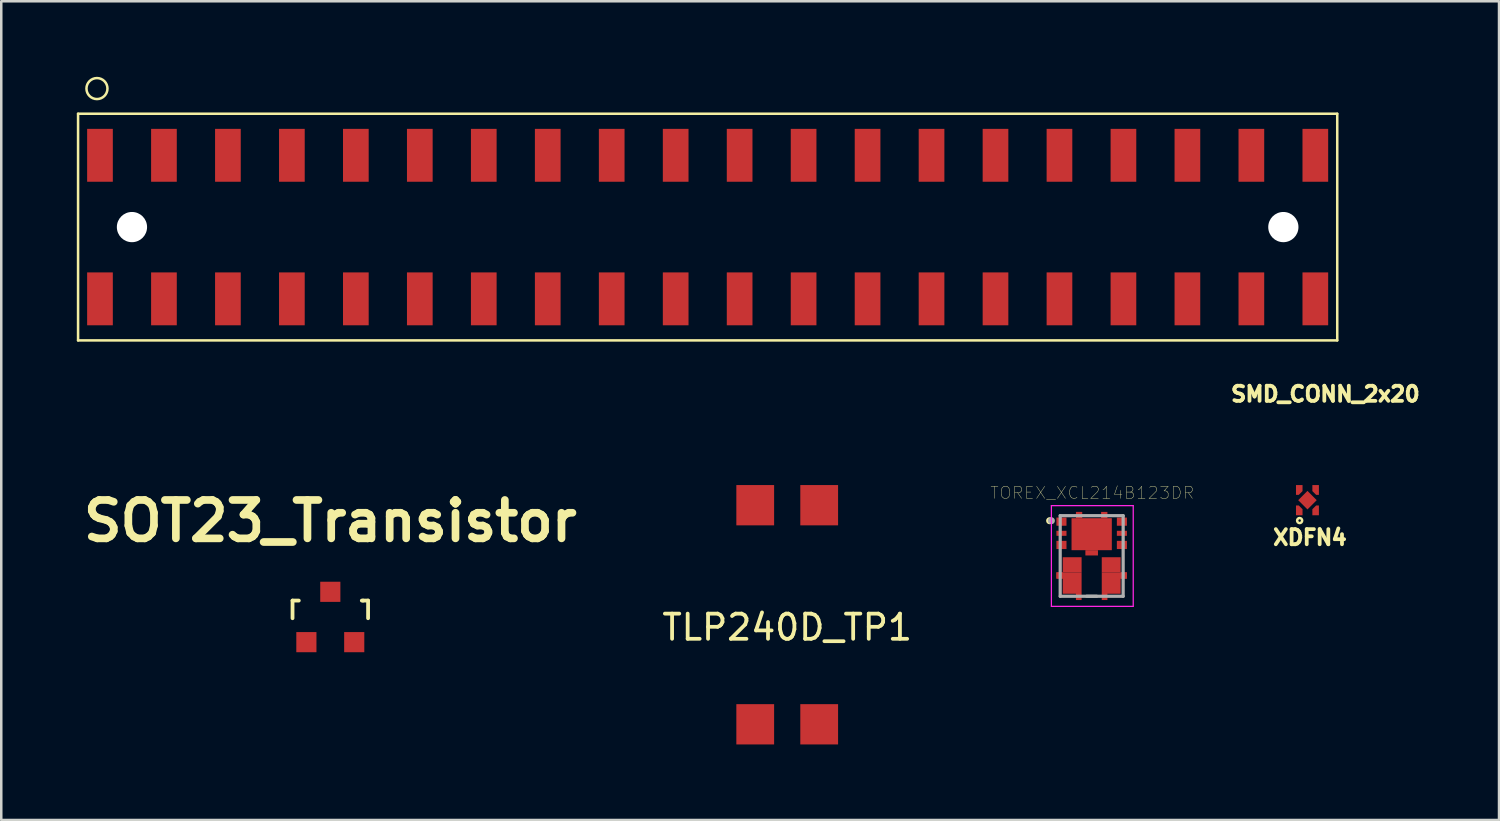
<source format=kicad_pcb>
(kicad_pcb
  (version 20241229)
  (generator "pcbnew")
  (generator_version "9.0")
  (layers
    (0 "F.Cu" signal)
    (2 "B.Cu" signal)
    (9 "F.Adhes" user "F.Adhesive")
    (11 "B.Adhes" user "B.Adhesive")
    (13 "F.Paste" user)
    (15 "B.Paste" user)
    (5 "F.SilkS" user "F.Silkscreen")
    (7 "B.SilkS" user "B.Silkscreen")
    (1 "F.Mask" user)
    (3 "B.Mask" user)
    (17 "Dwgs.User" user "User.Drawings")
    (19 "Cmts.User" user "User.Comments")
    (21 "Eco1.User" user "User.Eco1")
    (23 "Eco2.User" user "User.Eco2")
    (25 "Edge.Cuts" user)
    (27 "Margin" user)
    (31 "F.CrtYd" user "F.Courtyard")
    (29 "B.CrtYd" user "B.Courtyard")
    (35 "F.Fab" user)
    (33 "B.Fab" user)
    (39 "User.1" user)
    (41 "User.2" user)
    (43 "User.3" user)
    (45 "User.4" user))
  (footprint "XDFN4"
    (layer "F.Cu")
    (at 48.867 16.811)
    (property "Reference" "XDFN4" (at 0.1 1.48 0) (layer "F.SilkS") (effects (font (size 0.6 0.6) (thickness 0.15))))
    (attr through_hole)
    (fp_circle (center -0.31 0.81) (end -0.21 0.81) (stroke (width 0.1) (type solid)) (fill no) (layer "F.SilkS"))
    (pad "1" smd custom (at -0.325 0.405) (size 0.1 0.1) (layers "F.Cu" "F.Mask" "F.Paste") (options (anchor rect)) (primitives (gr_poly (pts (xy -0.13 0.195) (xy -0.13 -0.195) (xy -0.02 -0.195) (xy 0.13 -0.045) (xy 0.13 0.195)) (width 0) (fill yes))))
    (pad "2" smd custom (at 0.325 0.405) (size 0.1 0.1) (layers "F.Cu" "F.Mask" "F.Paste") (options (anchor rect)) (primitives (gr_poly (pts (xy -0.13 0.195) (xy 0.13 0.195) (xy 0.13 -0.195) (xy 0.02 -0.195) (xy -0.13 -0.045)) (width 0) (fill yes))))
    (pad "3" smd custom (at 0.325 -0.405 180) (size 0.1 0.1) (layers "F.Cu" "F.Mask" "F.Paste") (options (anchor rect)) (primitives (gr_poly (pts (xy -0.13 0.195) (xy -0.13 -0.195) (xy -0.02 -0.195) (xy 0.13 -0.045) (xy 0.13 0.195)) (width 0) (fill yes))))
    (pad "4" smd custom (at -0.325 -0.405 180) (size 0.1 0.1) (layers "F.Cu" "F.Mask" "F.Paste") (options (anchor rect)) (primitives (gr_poly (pts (xy -0.13 0.195) (xy 0.13 0.195) (xy 0.13 -0.195) (xy 0.02 -0.195) (xy -0.13 -0.045)) (width 0) (fill yes))))
    (pad "EPAD" smd rect (at 0 0 45) (size 0.52 0.52) (layers "F.Cu" "F.Mask" "F.Paste")))
  (footprint "SOT23_Transistor"
    (layer "F.Cu")
    (at 10.066 21.448)
    (property "Reference" "SOT23_Transistor" (at 0 -3.81 0) (layer "F.SilkS") (effects (font (size 1.524 1.524) (thickness 0.305))))
    (attr smd)
    (fp_line (start -1.5 -0.65) (end -1.251 -0.65) (stroke (width 0.15) (type solid)) (layer "F.SilkS"))
    (fp_line (start -1.5 0.051) (end -1.5 -0.65) (stroke (width 0.15) (type solid)) (layer "F.SilkS"))
    (fp_line (start 1.299 -0.65) (end 1.251 -0.65) (stroke (width 0.15) (type solid)) (layer "F.SilkS"))
    (fp_line (start 1.299 -0.65) (end 1.5 -0.65) (stroke (width 0.15) (type solid)) (layer "F.SilkS"))
    (fp_line (start 1.5 -0.65) (end 1.5 0.051) (stroke (width 0.15) (type solid)) (layer "F.SilkS"))
    (pad "1" smd rect (at -0.95 1.001) (size 0.8 0.8) (layers "F.Cu" "F.Mask" "F.Paste"))
    (pad "2" smd rect (at 0.95 1.001) (size 0.8 0.8) (layers "F.Cu" "F.Mask" "F.Paste"))
    (pad "3" smd rect (at 0 -0.998) (size 0.8 0.8) (layers "F.Cu" "F.Mask" "F.Paste")))
  (footprint "SMD_CONN_2x20"
    (layer "F.Cu")
    (at 25.05 5.967)
    (property "Reference" "SMD_CONN_2x20" (at 24.53 6.63 0) (layer "F.SilkS") (effects (font (size 0.6 0.6) (thickness 0.15))))
    (attr through_hole)
    (fp_line (start -25 -4.5) (end -25 4.5) (stroke (width 0.1) (type solid)) (layer "F.SilkS"))
    (fp_line (start -25 4.5) (end 25 4.5) (stroke (width 0.1) (type solid)) (layer "F.SilkS"))
    (fp_line (start 25 -4.5) (end -25 -4.5) (stroke (width 0.1) (type solid)) (layer "F.SilkS"))
    (fp_line (start 25 4.5) (end 25 -4.5) (stroke (width 0.1) (type solid)) (layer "F.SilkS"))
    (fp_circle (center -24.25 -5.5) (end -24.21 -5.915) (stroke (width 0.1) (type solid)) (fill no) (layer "F.SilkS"))
    (pad "" np_thru_hole circle (at -22.86 0) (size 1.2 1.2) (drill 1.2) (layers "*.Cu" "*.Mask"))
    (pad "" np_thru_hole circle (at 22.86 0) (size 1.2 1.2) (drill 1.2) (layers "*.Cu" "*.Mask"))
    (pad "1" smd rect (at -24.13 -2.85) (size 1.02 2.1) (layers "F.Cu" "F.Mask" "F.Paste"))
    (pad "2" smd rect (at -24.13 2.85) (size 1.02 2.1) (layers "F.Cu" "F.Mask" "F.Paste"))
    (pad "3" smd rect (at -21.59 -2.85) (size 1.02 2.1) (layers "F.Cu" "F.Mask" "F.Paste"))
    (pad "4" smd rect (at -21.59 2.85) (size 1.02 2.1) (layers "F.Cu" "F.Mask" "F.Paste"))
    (pad "5" smd rect (at -19.05 -2.85) (size 1.02 2.1) (layers "F.Cu" "F.Mask" "F.Paste"))
    (pad "6" smd rect (at -19.05 2.85) (size 1.02 2.1) (layers "F.Cu" "F.Mask" "F.Paste"))
    (pad "7" smd rect (at -16.51 -2.85) (size 1.02 2.1) (layers "F.Cu" "F.Mask" "F.Paste"))
    (pad "8" smd rect (at -16.51 2.85) (size 1.02 2.1) (layers "F.Cu" "F.Mask" "F.Paste"))
    (pad "9" smd rect (at -13.97 -2.85) (size 1.02 2.1) (layers "F.Cu" "F.Mask" "F.Paste"))
    (pad "10" smd rect (at -13.97 2.85) (size 1.02 2.1) (layers "F.Cu" "F.Mask" "F.Paste"))
    (pad "11" smd rect (at -11.43 -2.85) (size 1.02 2.1) (layers "F.Cu" "F.Mask" "F.Paste"))
    (pad "12" smd rect (at -11.43 2.85) (size 1.02 2.1) (layers "F.Cu" "F.Mask" "F.Paste"))
    (pad "13" smd rect (at -8.89 -2.85) (size 1.02 2.1) (layers "F.Cu" "F.Mask" "F.Paste"))
    (pad "14" smd rect (at -8.89 2.85) (size 1.02 2.1) (layers "F.Cu" "F.Mask" "F.Paste"))
    (pad "15" smd rect (at -6.35 -2.85) (size 1.02 2.1) (layers "F.Cu" "F.Mask" "F.Paste"))
    (pad "16" smd rect (at -6.35 2.85) (size 1.02 2.1) (layers "F.Cu" "F.Mask" "F.Paste"))
    (pad "17" smd rect (at -3.81 -2.85) (size 1.02 2.1) (layers "F.Cu" "F.Mask" "F.Paste"))
    (pad "18" smd rect (at -3.81 2.85) (size 1.02 2.1) (layers "F.Cu" "F.Mask" "F.Paste"))
    (pad "19" smd rect (at -1.27 -2.85) (size 1.02 2.1) (layers "F.Cu" "F.Mask" "F.Paste"))
    (pad "20" smd rect (at -1.27 2.85) (size 1.02 2.1) (layers "F.Cu" "F.Mask" "F.Paste"))
    (pad "21" smd rect (at 1.27 -2.85) (size 1.02 2.1) (layers "F.Cu" "F.Mask" "F.Paste"))
    (pad "22" smd rect (at 1.27 2.85) (size 1.02 2.1) (layers "F.Cu" "F.Mask" "F.Paste"))
    (pad "23" smd rect (at 3.81 -2.85) (size 1.02 2.1) (layers "F.Cu" "F.Mask" "F.Paste"))
    (pad "24" smd rect (at 3.81 2.85) (size 1.02 2.1) (layers "F.Cu" "F.Mask" "F.Paste"))
    (pad "25" smd rect (at 6.35 -2.85) (size 1.02 2.1) (layers "F.Cu" "F.Mask" "F.Paste"))
    (pad "26" smd rect (at 6.35 2.85) (size 1.02 2.1) (layers "F.Cu" "F.Mask" "F.Paste"))
    (pad "27" smd rect (at 8.89 -2.85) (size 1.02 2.1) (layers "F.Cu" "F.Mask" "F.Paste"))
    (pad "28" smd rect (at 8.89 2.85) (size 1.02 2.1) (layers "F.Cu" "F.Mask" "F.Paste"))
    (pad "29" smd rect (at 11.43 -2.85) (size 1.02 2.1) (layers "F.Cu" "F.Mask" "F.Paste"))
    (pad "30" smd rect (at 11.43 2.85) (size 1.02 2.1) (layers "F.Cu" "F.Mask" "F.Paste"))
    (pad "31" smd rect (at 13.97 -2.85) (size 1.02 2.1) (layers "F.Cu" "F.Mask" "F.Paste"))
    (pad "32" smd rect (at 13.97 2.85) (size 1.02 2.1) (layers "F.Cu" "F.Mask" "F.Paste"))
    (pad "33" smd rect (at 16.51 -2.85) (size 1.02 2.1) (layers "F.Cu" "F.Mask" "F.Paste"))
    (pad "34" smd rect (at 16.51 2.85) (size 1.02 2.1) (layers "F.Cu" "F.Mask" "F.Paste"))
    (pad "35" smd rect (at 19.05 -2.85) (size 1.02 2.1) (layers "F.Cu" "F.Mask" "F.Paste"))
    (pad "36" smd rect (at 19.05 2.85) (size 1.02 2.1) (layers "F.Cu" "F.Mask" "F.Paste"))
    (pad "37" smd rect (at 21.59 -2.85) (size 1.02 2.1) (layers "F.Cu" "F.Mask" "F.Paste"))
    (pad "38" smd rect (at 21.59 2.85) (size 1.02 2.1) (layers "F.Cu" "F.Mask" "F.Paste"))
    (pad "39" smd rect (at 24.13 -2.85) (size 1.02 2.1) (layers "F.Cu" "F.Mask" "F.Paste"))
    (pad "40" smd rect (at 24.13 2.85) (size 1.02 2.1) (layers "F.Cu" "F.Mask" "F.Paste")))
  (footprint "TLP240D_TP1"
    (layer "F.Cu")
    (at 28.209 21.361)
    (property "Reference" "TLP240D_TP1" (at 0 0.5 0) (layer "F.SilkS") (effects (font (size 1 1) (thickness 0.15))))
    (attr through_hole)
    (pad "1" smd rect (at 1.27 -4.35) (size 1.5 1.6) (layers "F.Cu" "F.Mask" "F.Paste"))
    (pad "2" smd rect (at -1.27 -4.35) (size 1.5 1.6) (layers "F.Cu" "F.Mask" "F.Paste"))
    (pad "3" smd rect (at -1.27 4.35) (size 1.5 1.6) (layers "F.Cu" "F.Mask" "F.Paste"))
    (pad "4" smd rect (at 1.27 4.35) (size 1.5 1.6) (layers "F.Cu" "F.Mask" "F.Paste")))
  (footprint "TOREX_XCL214B123DR"
    (layer "F.Cu")
    (at 40.299 19.027)
    (property "Reference" "TOREX_XCL214B123DR" (at 0.024 -2.508 0) (layer "F.SilkS") (effects (font (size 0.481 0.481) (thickness 0.015))))
    (attr through_hole)
    (fp_poly (pts (xy -0.4 0.65) (xy -0.4 0.05) (xy -1.15 0.05) (xy -1.15 0.65)) (stroke (width 0) (type solid)) (fill yes) (layer "F.Cu"))
    (fp_poly (pts (xy 0.25 -0.23) (xy 0.25 -0.02) (xy -0.25 -0.02) (xy -0.25 -0.23)) (stroke (width 0) (type solid)) (fill yes) (layer "F.Cu"))
    (fp_poly (pts (xy 0.4 0.65) (xy 0.4 0.05) (xy 1.15 0.05) (xy 1.15 0.65)) (stroke (width 0) (type solid)) (fill yes) (layer "F.Cu"))
    (fp_poly (pts (xy 0.8 -0.23) (xy -0.8 -0.23) (xy -0.8 -1.5) (xy 0.8 -1.5)) (stroke (width 0) (type solid)) (fill yes) (layer "F.Cu"))
    (fp_poly (pts (xy -0.4 1.75) (xy -0.4 0.65) (xy -1.4 0.65) (xy -1.4 0.9) (xy -1.15 0.9) (xy -1.15 1.5) (xy -0.625 1.5) (xy -0.625 1.75)) (stroke (width 0) (type solid)) (fill yes) (layer "F.Cu"))
    (fp_poly (pts (xy 0.4 1.75) (xy 0.4 0.65) (xy 1.4 0.65) (xy 1.4 0.9) (xy 1.15 0.9) (xy 1.15 1.5) (xy 0.625 1.5) (xy 0.625 1.75)) (stroke (width 0) (type solid)) (fill yes) (layer "F.Cu"))
    (fp_poly (pts (xy -0.3 1.85) (xy -0.725 1.85) (xy -0.725 1.6) (xy -1.25 1.6) (xy -1.25 1) (xy -1.5 1) (xy -1.5 0.55) (xy -1.25 0.55) (xy -1.25 -0.05) (xy -0.3 -0.05)) (stroke (width 0) (type solid)) (fill yes) (layer "F.Mask"))
    (fp_poly (pts (xy 1.5 1) (xy 1.25 1) (xy 1.25 1.6) (xy 0.725 1.6) (xy 0.725 1.85) (xy 0.3 1.85) (xy 0.3 -0.05) (xy 1.25 -0.05) (xy 1.25 0.55) (xy 1.5 0.55)) (stroke (width 0) (type solid)) (fill yes) (layer "F.Mask"))
    (fp_poly (pts (xy 0.35 0.075) (xy -0.35 0.075) (xy -0.35 -0.125) (xy -0.8 -0.125) (xy -0.8 -1.6) (xy -0.725 -1.6) (xy -0.725 -1.85) (xy -0.275 -1.85) (xy -0.275 -1.6) (xy 0.275 -1.6) (xy 0.275 -1.85) (xy 0.725 -1.85) (xy 0.725 -1.6) (xy 0.8 -1.6) (xy 0.8 -0.125) (xy 0.35 -0.125)) (stroke (width 0) (type solid)) (fill yes) (layer "F.Mask"))
    (fp_circle (center -1.67 -1.4) (end -1.6 -1.4) (stroke (width 0.14) (type solid)) (fill no) (layer "F.SilkS"))
    (fp_poly (pts (xy -1.353 -1.475) (xy -1.05 -1.475) (xy -1.05 -1.253) (xy -1.353 -1.253)) (stroke (width 0.01) (type solid)) (fill yes) (layer "F.Paste"))
    (fp_poly (pts (xy -1.351 -1) (xy -1.05 -1) (xy -1.05 -0.801) (xy -1.351 -0.801)) (stroke (width 0.01) (type solid)) (fill yes) (layer "F.Paste"))
    (fp_poly (pts (xy -1.351 -0.55) (xy -1.05 -0.55) (xy -1.05 -0.325) (xy -1.351 -0.325)) (stroke (width 0.01) (type solid)) (fill yes) (layer "F.Paste"))
    (fp_poly (pts (xy 1.051 -1) (xy 1.35 -1) (xy 1.35 -0.801) (xy 1.051 -0.801)) (stroke (width 0.01) (type solid)) (fill yes) (layer "F.Paste"))
    (fp_poly (pts (xy 1.052 -1.475) (xy 1.35 -1.475) (xy 1.35 -1.253) (xy 1.052 -1.253)) (stroke (width 0.01) (type solid)) (fill yes) (layer "F.Paste"))
    (fp_poly (pts (xy 1.052 -0.55) (xy 1.35 -0.55) (xy 1.35 -0.326) (xy 1.052 -0.326)) (stroke (width 0.01) (type solid)) (fill yes) (layer "F.Paste"))
    (fp_poly (pts (xy -0.425 1.7) (xy -0.425 0.675) (xy -1.35 0.675) (xy -1.35 0.875) (xy -1.05 0.875) (xy -1.05 1.4) (xy -0.6 1.4) (xy -0.6 1.7)) (stroke (width 0) (type solid)) (fill yes) (layer "F.Paste"))
    (fp_poly (pts (xy 0.425 1.7) (xy 0.425 0.675) (xy 1.35 0.675) (xy 1.35 0.875) (xy 1.05 0.875) (xy 1.05 1.4) (xy 0.6 1.4) (xy 0.6 1.7)) (stroke (width 0) (type solid)) (fill yes) (layer "F.Paste"))
    (fp_poly (pts (xy 0.7 -0.8) (xy -0.7 -0.8) (xy -0.7 -1.4) (xy -0.6 -1.4) (xy -0.6 -1.7) (xy -0.4 -1.7) (xy -0.4 -1.4) (xy 0.4 -1.4) (xy 0.4 -1.7) (xy 0.6 -1.7) (xy 0.6 -1.4) (xy 0.7 -1.4)) (stroke (width 0) (type solid)) (fill yes) (layer "F.Paste"))
    (fp_line (start -1.6 -2) (end 1.65 -2) (stroke (width 0.05) (type solid)) (layer "F.CrtYd"))
    (fp_line (start -1.6 2) (end -1.6 -2) (stroke (width 0.05) (type solid)) (layer "F.CrtYd"))
    (fp_line (start 1.65 -2) (end 1.65 2) (stroke (width 0.05) (type solid)) (layer "F.CrtYd"))
    (fp_line (start 1.65 2) (end -1.6 2) (stroke (width 0.05) (type solid)) (layer "F.CrtYd"))
    (fp_line (start -1.25 -1.6) (end -1.25 1.6) (stroke (width 0.127) (type solid)) (layer "F.Fab"))
    (fp_line (start -1.25 1.6) (end 1.25 1.6) (stroke (width 0.127) (type solid)) (layer "F.Fab"))
    (fp_line (start -0.2 1.6) (end 0.2 1.6) (stroke (width 0.127) (type solid)) (layer "F.Fab"))
    (fp_line (start 1.25 -1.6) (end -1.25 -1.6) (stroke (width 0.127) (type solid)) (layer "F.Fab"))
    (fp_line (start 1.25 1.6) (end 1.25 -1.6) (stroke (width 0.127) (type solid)) (layer "F.Fab"))
    (fp_circle (center -1.6 -1.4) (end -1.53 -1.4) (stroke (width 0.14) (type solid)) (fill no) (layer "F.Fab"))
    (pad "1" smd rect (at -1.2 -1.363) (size 0.4 0.325) (layers "F.Cu" "F.Mask"))
    (pad "2" smd rect (at -1.2 -0.9) (size 0.4 0.2) (layers "F.Cu" "F.Mask"))
    (pad "3" smd rect (at -1.2 -0.438) (size 0.4 0.325) (layers "F.Cu" "F.Mask"))
    (pad "4" smd rect (at 1.2 -0.438) (size 0.4 0.325) (layers "F.Cu" "F.Mask"))
    (pad "5" smd rect (at 1.2 -0.9) (size 0.4 0.2) (layers "F.Cu" "F.Mask"))
    (pad "6" smd rect (at 1.2 -1.363) (size 0.4 0.325) (layers "F.Cu" "F.Mask"))
    (pad "7" smd rect (at -0.5 -1.625) (size 0.25 0.25) (layers "F.Cu"))
    (pad "7" smd rect (at 0.5 -1.625) (size 0.25 0.25) (layers "F.Cu"))
    (pad "8" smd rect (at -1.275 0.775) (size 0.25 0.25) (layers "F.Cu"))
    (pad "9" smd rect (at 1.275 0.775) (size 0.25 0.25) (layers "F.Cu")))
  (gr_rect
    (start -3 -3)
    (end 56.474 29.511)
    (stroke (width 0.1) (type default))
    (fill no)
    (layer "Edge.Cuts")))
</source>
